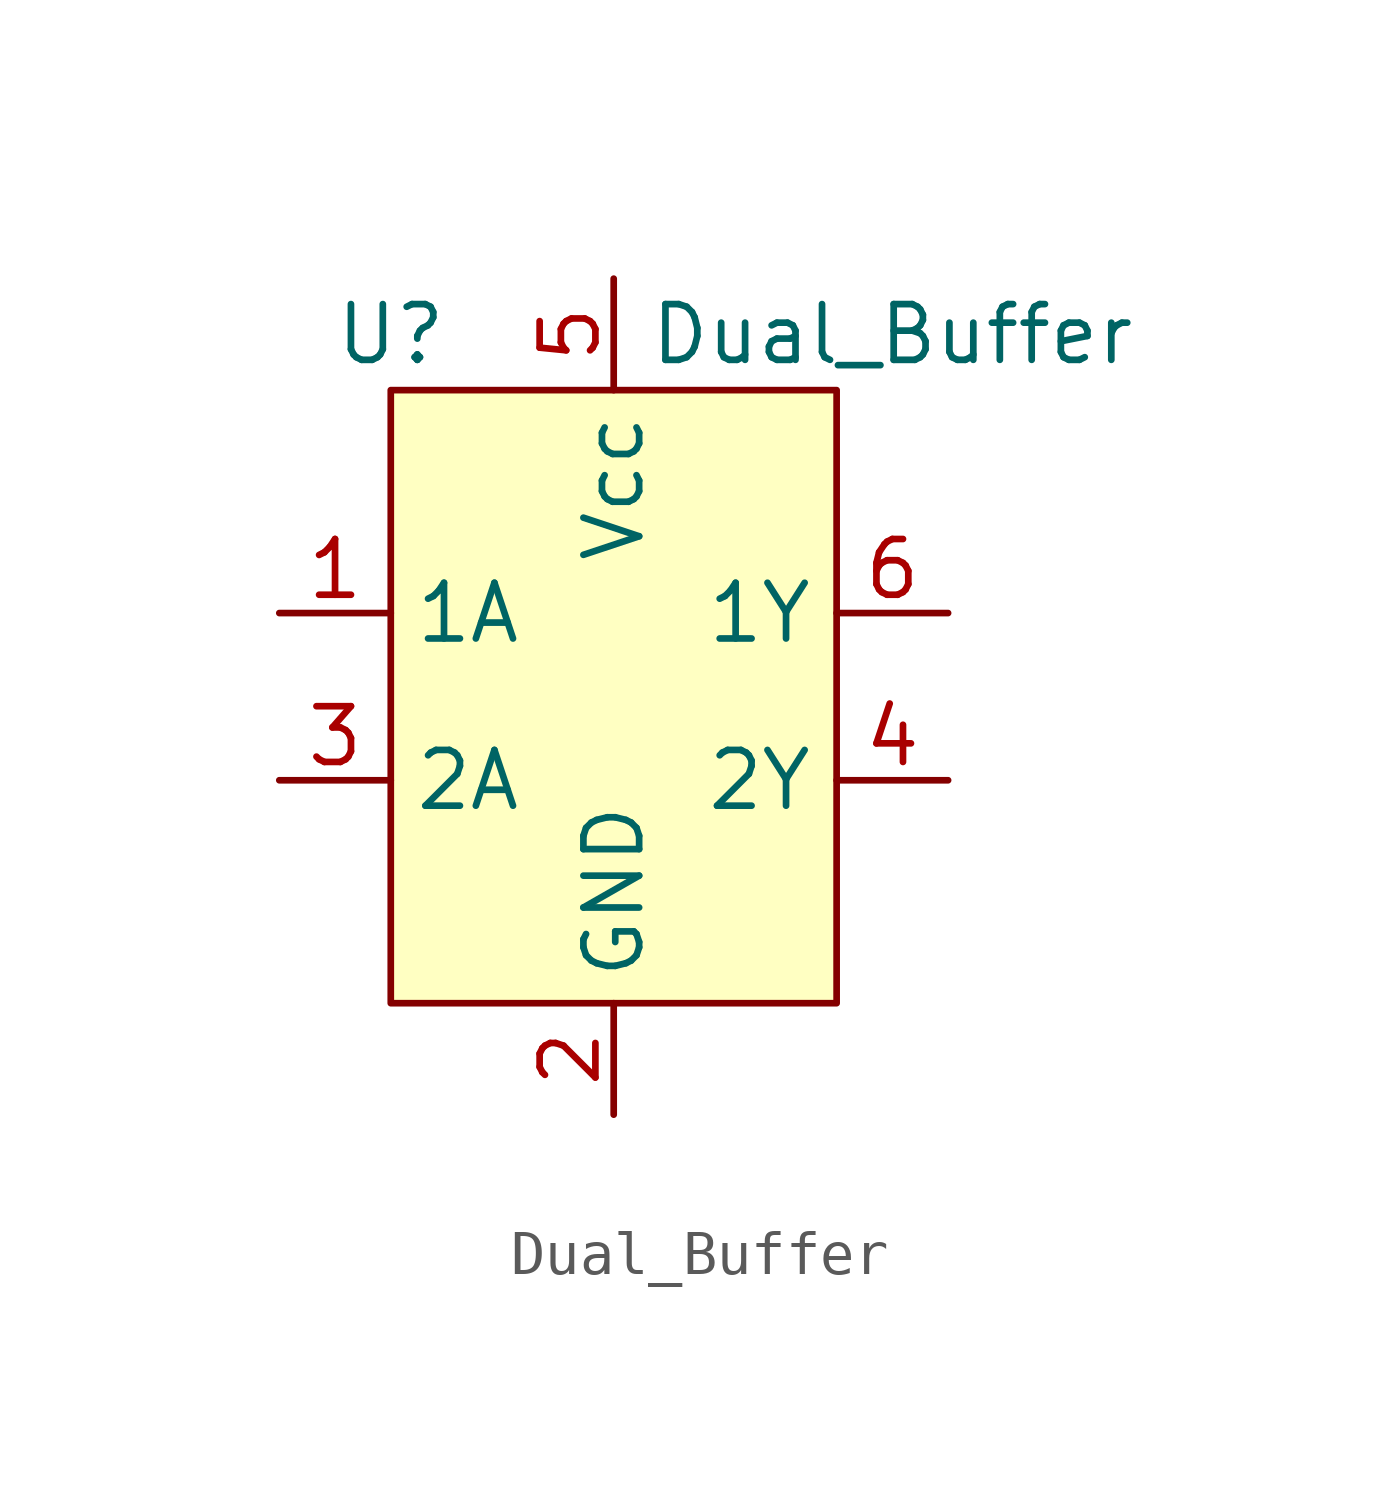
<source format=kicad_sym>
(kicad_symbol_lib
  (version 20211014)
  (generator kicad_symbol_editor)
  (symbol "Dual_Buffer"
    (property "Reference" "U"
      (at -5.08 6.35 0)
      (effects (font (size 1.27 1.27))))
    (property "Value" "Dual_Buffer"
      (at 6.35 6.35 0)
      (effects (font (size 1.27 1.27))))
    (symbol "Dual_Buffer_0_1"
      (rectangle (start -5.08 5.08) (end 5.08 -8.89) (stroke (width 0) (type default) (color 0 0 0 0)) (fill (type background))))
    (symbol "Dual_Buffer_1_1"
      (pin input line (at -7.62 0 0) (length 2.54) (name "1A" (effects (font (size 1.27 1.27)))) (number "1" (effects (font (size 1.27 1.27)))))
      (pin power_in line (at 0 -11.43 90) (length 2.54) (name "GND" (effects (font (size 1.27 1.27)))) (number "2" (effects (font (size 1.27 1.27)))))
      (pin input line (at -7.62 -3.81 0) (length 2.54) (name "2A" (effects (font (size 1.27 1.27)))) (number "3" (effects (font (size 1.27 1.27)))))
      (pin input line (at 7.62 -3.81 180) (length 2.54) (name "2Y" (effects (font (size 1.27 1.27)))) (number "4" (effects (font (size 1.27 1.27)))))
      (pin power_in line (at 0 7.62 270) (length 2.54) (name "Vcc" (effects (font (size 1.27 1.27)))) (number "5" (effects (font (size 1.27 1.27)))))
      (pin input line (at 7.62 0 180) (length 2.54) (name "1Y" (effects (font (size 1.27 1.27)))) (number "6" (effects (font (size 1.27 1.27))))))))
</source>
